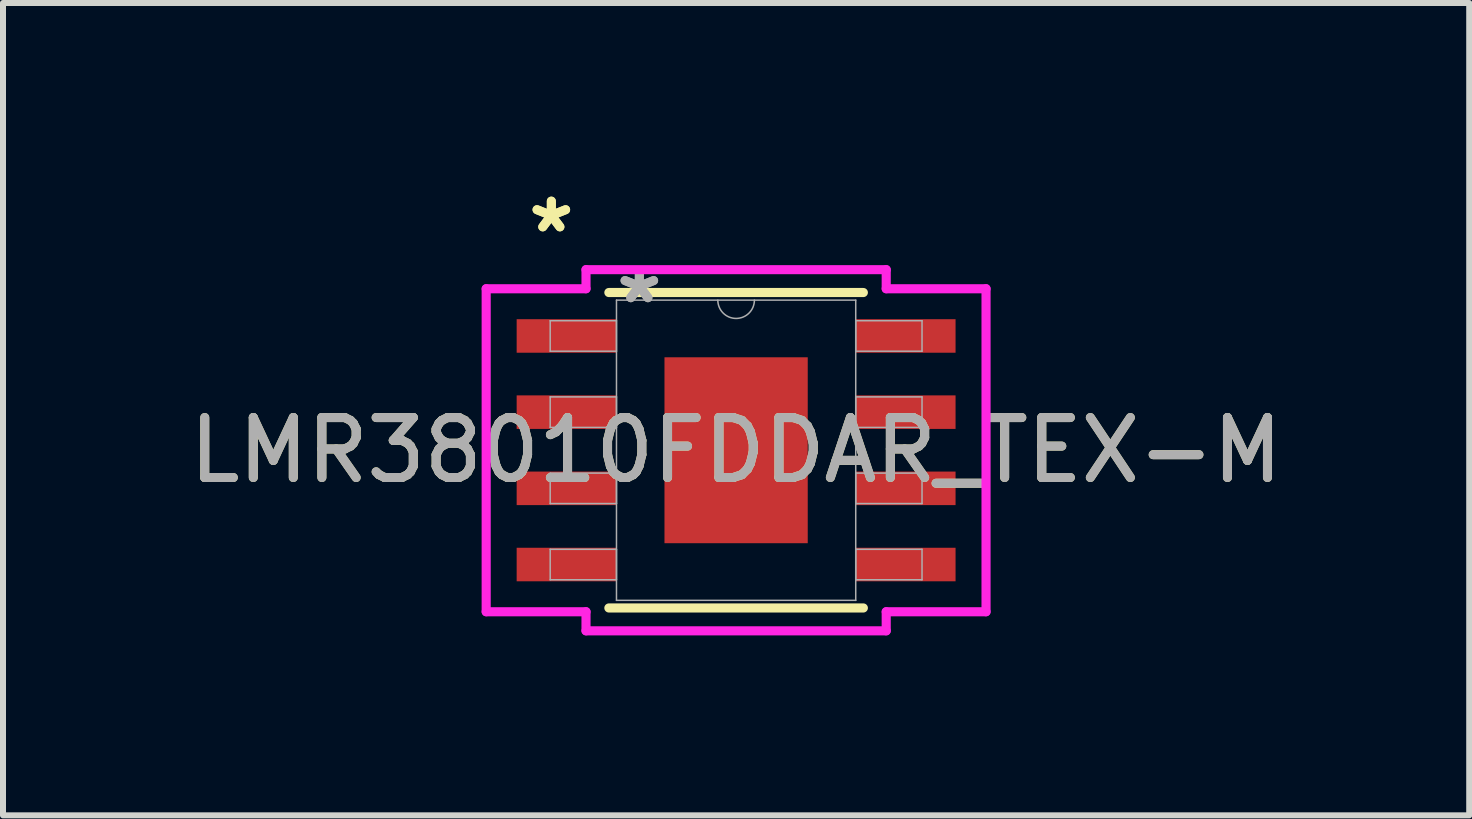
<source format=kicad_pcb>
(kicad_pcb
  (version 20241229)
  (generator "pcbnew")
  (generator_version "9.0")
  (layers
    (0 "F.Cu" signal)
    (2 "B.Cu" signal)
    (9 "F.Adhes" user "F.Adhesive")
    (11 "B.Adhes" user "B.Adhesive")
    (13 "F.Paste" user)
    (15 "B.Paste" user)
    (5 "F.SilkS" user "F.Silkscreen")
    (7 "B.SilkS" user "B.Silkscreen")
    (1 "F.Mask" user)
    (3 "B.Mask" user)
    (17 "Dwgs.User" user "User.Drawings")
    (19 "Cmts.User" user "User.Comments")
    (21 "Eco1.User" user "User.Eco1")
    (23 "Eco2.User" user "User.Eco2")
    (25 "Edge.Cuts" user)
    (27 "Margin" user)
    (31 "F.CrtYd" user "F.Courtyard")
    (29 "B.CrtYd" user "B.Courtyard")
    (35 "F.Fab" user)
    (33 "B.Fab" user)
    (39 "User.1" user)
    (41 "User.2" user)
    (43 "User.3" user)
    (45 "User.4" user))
  (footprint "LMR38010FDDAR_TEX-M"
    (layer "F.Cu")
    (at 9.22 4.455)
    (property "Reference" "LMR38010FDDAR_TEX-M" (at 0 0 0) (unlocked yes) (layer "F.SilkS") (effects (font (size 1 1) (thickness 0.15))))
    (attr smd)
    (fp_line (start -2.121 2.629) (end 2.121 2.629) (stroke (width 0.152) (type solid)) (layer "F.SilkS"))
    (fp_line (start 2.121 -2.629) (end -2.121 -2.629) (stroke (width 0.152) (type solid)) (layer "F.SilkS"))
    (fp_poly (pts (xy -1.094 -1.449) (xy -1.094 -0.1) (xy 1.094 -0.1) (xy 1.094 -1.449)) (stroke (width 0) (type solid)) (fill yes) (layer "F.Paste"))
    (fp_poly (pts (xy -1.094 0.1) (xy -1.094 1.449) (xy 1.094 1.449) (xy 1.094 0.1)) (stroke (width 0) (type solid)) (fill yes) (layer "F.Paste"))
    (fp_line (start -4.166 -2.692) (end -2.502 -2.692) (stroke (width 0.152) (type solid)) (layer "F.CrtYd"))
    (fp_line (start -4.166 2.692) (end -4.166 -2.692) (stroke (width 0.152) (type solid)) (layer "F.CrtYd"))
    (fp_line (start -4.166 2.692) (end -2.502 2.692) (stroke (width 0.152) (type solid)) (layer "F.CrtYd"))
    (fp_line (start -2.502 -3.01) (end 2.502 -3.01) (stroke (width 0.152) (type solid)) (layer "F.CrtYd"))
    (fp_line (start -2.502 -2.692) (end -2.502 -3.01) (stroke (width 0.152) (type solid)) (layer "F.CrtYd"))
    (fp_line (start -2.502 3.01) (end -2.502 2.692) (stroke (width 0.152) (type solid)) (layer "F.CrtYd"))
    (fp_line (start 2.502 -3.01) (end 2.502 -2.692) (stroke (width 0.152) (type solid)) (layer "F.CrtYd"))
    (fp_line (start 2.502 2.692) (end 2.502 3.01) (stroke (width 0.152) (type solid)) (layer "F.CrtYd"))
    (fp_line (start 2.502 3.01) (end -2.502 3.01) (stroke (width 0.152) (type solid)) (layer "F.CrtYd"))
    (fp_line (start 4.166 -2.692) (end 2.502 -2.692) (stroke (width 0.152) (type solid)) (layer "F.CrtYd"))
    (fp_line (start 4.166 -2.692) (end 4.166 2.692) (stroke (width 0.152) (type solid)) (layer "F.CrtYd"))
    (fp_line (start 4.166 2.692) (end 2.502 2.692) (stroke (width 0.152) (type solid)) (layer "F.CrtYd"))
    (fp_line (start -3.099 -2.159) (end -3.099 -1.651) (stroke (width 0.025) (type solid)) (layer "F.Fab"))
    (fp_line (start -3.099 -1.651) (end -1.994 -1.651) (stroke (width 0.025) (type solid)) (layer "F.Fab"))
    (fp_line (start -3.099 -0.889) (end -3.099 -0.381) (stroke (width 0.025) (type solid)) (layer "F.Fab"))
    (fp_line (start -3.099 -0.381) (end -1.994 -0.381) (stroke (width 0.025) (type solid)) (layer "F.Fab"))
    (fp_line (start -3.099 0.381) (end -3.099 0.889) (stroke (width 0.025) (type solid)) (layer "F.Fab"))
    (fp_line (start -3.099 0.889) (end -1.994 0.889) (stroke (width 0.025) (type solid)) (layer "F.Fab"))
    (fp_line (start -3.099 1.651) (end -3.099 2.159) (stroke (width 0.025) (type solid)) (layer "F.Fab"))
    (fp_line (start -3.099 2.159) (end -1.994 2.159) (stroke (width 0.025) (type solid)) (layer "F.Fab"))
    (fp_line (start -1.994 -2.502) (end -1.994 2.502) (stroke (width 0.025) (type solid)) (layer "F.Fab"))
    (fp_line (start -1.994 -2.159) (end -3.099 -2.159) (stroke (width 0.025) (type solid)) (layer "F.Fab"))
    (fp_line (start -1.994 -1.651) (end -1.994 -2.159) (stroke (width 0.025) (type solid)) (layer "F.Fab"))
    (fp_line (start -1.994 -0.889) (end -3.099 -0.889) (stroke (width 0.025) (type solid)) (layer "F.Fab"))
    (fp_line (start -1.994 -0.381) (end -1.994 -0.889) (stroke (width 0.025) (type solid)) (layer "F.Fab"))
    (fp_line (start -1.994 0.381) (end -3.099 0.381) (stroke (width 0.025) (type solid)) (layer "F.Fab"))
    (fp_line (start -1.994 0.889) (end -1.994 0.381) (stroke (width 0.025) (type solid)) (layer "F.Fab"))
    (fp_line (start -1.994 1.651) (end -3.099 1.651) (stroke (width 0.025) (type solid)) (layer "F.Fab"))
    (fp_line (start -1.994 2.159) (end -1.994 1.651) (stroke (width 0.025) (type solid)) (layer "F.Fab"))
    (fp_line (start -1.994 2.502) (end 1.994 2.502) (stroke (width 0.025) (type solid)) (layer "F.Fab"))
    (fp_line (start 1.994 -2.502) (end -1.994 -2.502) (stroke (width 0.025) (type solid)) (layer "F.Fab"))
    (fp_line (start 1.994 -2.159) (end 1.994 -1.651) (stroke (width 0.025) (type solid)) (layer "F.Fab"))
    (fp_line (start 1.994 -1.651) (end 3.099 -1.651) (stroke (width 0.025) (type solid)) (layer "F.Fab"))
    (fp_line (start 1.994 -0.889) (end 1.994 -0.381) (stroke (width 0.025) (type solid)) (layer "F.Fab"))
    (fp_line (start 1.994 -0.381) (end 3.099 -0.381) (stroke (width 0.025) (type solid)) (layer "F.Fab"))
    (fp_line (start 1.994 0.381) (end 1.994 0.889) (stroke (width 0.025) (type solid)) (layer "F.Fab"))
    (fp_line (start 1.994 0.889) (end 3.099 0.889) (stroke (width 0.025) (type solid)) (layer "F.Fab"))
    (fp_line (start 1.994 1.651) (end 1.994 2.159) (stroke (width 0.025) (type solid)) (layer "F.Fab"))
    (fp_line (start 1.994 2.159) (end 3.099 2.159) (stroke (width 0.025) (type solid)) (layer "F.Fab"))
    (fp_line (start 1.994 2.502) (end 1.994 -2.502) (stroke (width 0.025) (type solid)) (layer "F.Fab"))
    (fp_line (start 3.099 -2.159) (end 1.994 -2.159) (stroke (width 0.025) (type solid)) (layer "F.Fab"))
    (fp_line (start 3.099 -1.651) (end 3.099 -2.159) (stroke (width 0.025) (type solid)) (layer "F.Fab"))
    (fp_line (start 3.099 -0.889) (end 1.994 -0.889) (stroke (width 0.025) (type solid)) (layer "F.Fab"))
    (fp_line (start 3.099 -0.381) (end 3.099 -0.889) (stroke (width 0.025) (type solid)) (layer "F.Fab"))
    (fp_line (start 3.099 0.381) (end 1.994 0.381) (stroke (width 0.025) (type solid)) (layer "F.Fab"))
    (fp_line (start 3.099 0.889) (end 3.099 0.381) (stroke (width 0.025) (type solid)) (layer "F.Fab"))
    (fp_line (start 3.099 1.651) (end 1.994 1.651) (stroke (width 0.025) (type solid)) (layer "F.Fab"))
    (fp_line (start 3.099 2.159) (end 3.099 1.651) (stroke (width 0.025) (type solid)) (layer "F.Fab"))
    (fp_arc (start 0.3048 -2.5019) (mid 0 -2.1971) (end -0.3048 -2.5019) (stroke (width 0.0254) (type solid)) (layer "F.Fab"))
    (fp_text user "*" (at -3.08 -3.607 0) (layer "F.SilkS") (effects (font (size 1 1) (thickness 0.15))))
    (fp_text user "*" (at -3.08 -3.607 0) (unlocked yes) (layer "F.SilkS") (effects (font (size 1 1) (thickness 0.15))))
    (fp_text user "*" (at -1.613 -2.426 0) (unlocked yes) (layer "F.Fab") (effects (font (size 1 1) (thickness 0.15))))
    (fp_text user "*" (at -1.613 -2.426 0) (layer "F.Fab") (effects (font (size 1 1) (thickness 0.15))))
    (fp_text user "${REFERENCE}" (at 0 0 0) (unlocked yes) (layer "F.Fab") (effects (font (size 1 1) (thickness 0.15))))
    (pad "1" smd rect (at -2.826 -1.905) (size 1.664 0.559) (layers "F.Cu" "F.Mask" "F.Paste"))
    (pad "2" smd rect (at -2.826 -0.635) (size 1.664 0.559) (layers "F.Cu" "F.Mask" "F.Paste"))
    (pad "3" smd rect (at -2.826 0.635) (size 1.664 0.559) (layers "F.Cu" "F.Mask" "F.Paste"))
    (pad "4" smd rect (at -2.826 1.905) (size 1.664 0.559) (layers "F.Cu" "F.Mask" "F.Paste"))
    (pad "5" smd rect (at 2.826 1.905) (size 1.664 0.559) (layers "F.Cu" "F.Mask" "F.Paste"))
    (pad "6" smd rect (at 2.826 0.635) (size 1.664 0.559) (layers "F.Cu" "F.Mask" "F.Paste"))
    (pad "7" smd rect (at 2.826 -0.635) (size 1.664 0.559) (layers "F.Cu" "F.Mask" "F.Paste"))
    (pad "8" smd rect (at 2.826 -1.905) (size 1.664 0.559) (layers "F.Cu" "F.Mask" "F.Paste"))
    (pad "EPAD" smd rect (at 0 0) (size 2.388 3.099) (layers "F.Cu" "F.Mask")))
  (gr_rect
    (start -3 -3)
    (end 21.44 10.541)
    (stroke (width 0.1) (type default))
    (fill no)
    (layer "Edge.Cuts")))
</source>
